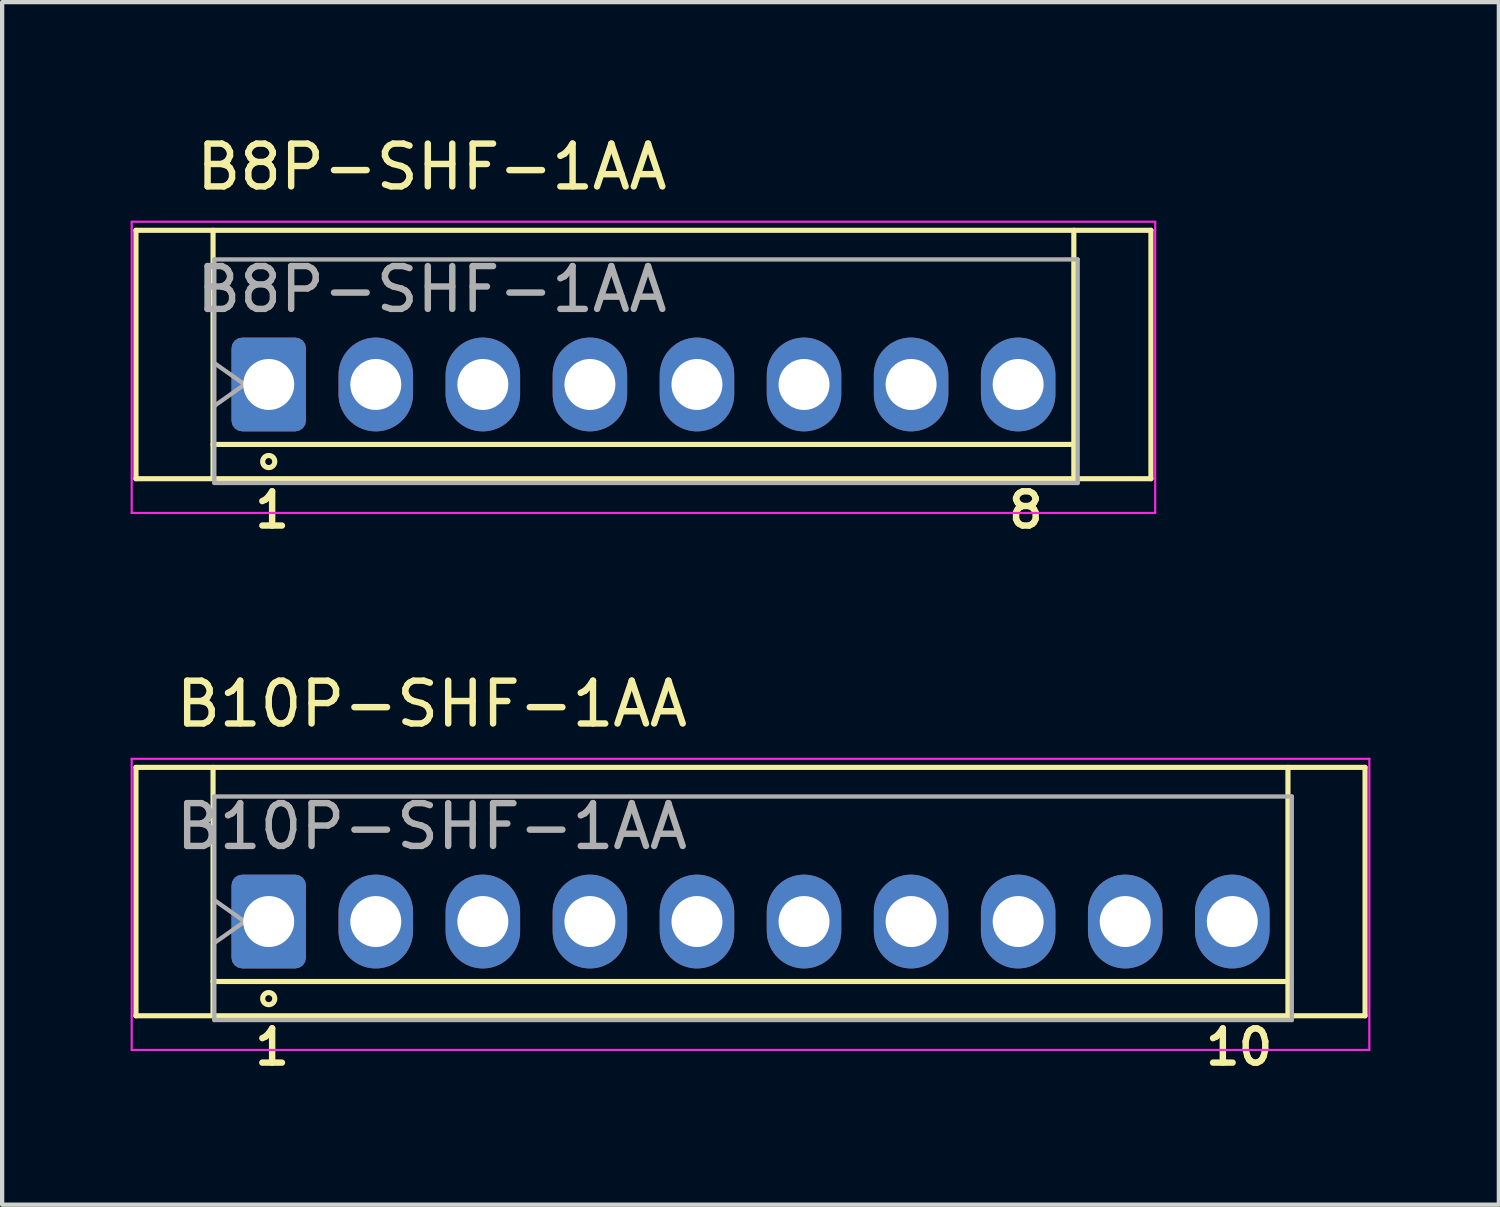
<source format=kicad_pcb>
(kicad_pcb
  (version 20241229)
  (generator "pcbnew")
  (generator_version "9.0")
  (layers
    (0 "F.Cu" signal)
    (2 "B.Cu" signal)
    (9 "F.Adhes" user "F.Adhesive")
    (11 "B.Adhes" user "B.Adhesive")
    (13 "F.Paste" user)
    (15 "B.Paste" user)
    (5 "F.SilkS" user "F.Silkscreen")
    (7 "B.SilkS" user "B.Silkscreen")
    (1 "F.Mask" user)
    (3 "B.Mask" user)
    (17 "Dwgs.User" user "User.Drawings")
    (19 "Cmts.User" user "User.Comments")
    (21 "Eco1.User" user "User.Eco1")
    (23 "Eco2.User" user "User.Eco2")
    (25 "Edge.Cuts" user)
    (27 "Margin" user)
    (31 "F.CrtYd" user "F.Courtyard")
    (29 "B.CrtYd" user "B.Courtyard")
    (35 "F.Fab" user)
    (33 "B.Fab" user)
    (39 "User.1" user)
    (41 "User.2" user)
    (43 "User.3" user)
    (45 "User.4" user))
  (footprint "B10P-SHF-1AA"
    (layer "F.Cu")
    (at 3.225 18.469)
    (property "Reference" "B10P-SHF-1AA" (at 3.81 -5.08 0) (layer "F.SilkS") (effects (font (size 1 1) (thickness 0.15))))
    (attr through_hole)
    (fp_line (start -3.1 -3.6) (end -3.1 2.2) (stroke (width 0.12) (type solid)) (layer "F.SilkS"))
    (fp_line (start -3.1 2.2) (end 25.6 2.2) (stroke (width 0.12) (type solid)) (layer "F.SilkS"))
    (fp_line (start -1.3 -3.6) (end -1.3 2.2) (stroke (width 0.12) (type solid)) (layer "F.SilkS"))
    (fp_line (start -1.3 1.4) (end 23.8 1.4) (stroke (width 0.12) (type solid)) (layer "F.SilkS"))
    (fp_line (start 23.8 2.2) (end 23.8 -3.6) (stroke (width 0.12) (type solid)) (layer "F.SilkS"))
    (fp_line (start 25.6 -3.6) (end -3.1 -3.6) (stroke (width 0.12) (type solid)) (layer "F.SilkS"))
    (fp_line (start 25.6 2.2) (end 25.6 -3.6) (stroke (width 0.12) (type solid)) (layer "F.SilkS"))
    (fp_circle (center 0 1.8) (end 0.1 1.9) (stroke (width 0.12) (type default)) (fill no) (layer "F.SilkS"))
    (fp_line (start -3.2 -3.8) (end -3.2 3) (stroke (width 0.05) (type solid)) (layer "F.CrtYd"))
    (fp_line (start -3.2 3) (end 25.7 3) (stroke (width 0.05) (type solid)) (layer "F.CrtYd"))
    (fp_line (start 25.7 -3.8) (end -3.2 -3.8) (stroke (width 0.05) (type solid)) (layer "F.CrtYd"))
    (fp_line (start 25.7 3) (end 25.7 -3.8) (stroke (width 0.05) (type solid)) (layer "F.CrtYd"))
    (fp_line (start -1.27 -2.92) (end -1.27 2.3) (stroke (width 0.1) (type solid)) (layer "F.Fab"))
    (fp_line (start -1.27 -0.5) (end -0.563 0) (stroke (width 0.1) (type solid)) (layer "F.Fab"))
    (fp_line (start -1.27 2.3) (end 23.89 2.3) (stroke (width 0.1) (type solid)) (layer "F.Fab"))
    (fp_line (start -0.563 0) (end -1.27 0.5) (stroke (width 0.1) (type solid)) (layer "F.Fab"))
    (fp_line (start 23.89 -2.92) (end -1.27 -2.92) (stroke (width 0.1) (type solid)) (layer "F.Fab"))
    (fp_line (start 23.89 2.3) (end 23.89 -2.92) (stroke (width 0.1) (type solid)) (layer "F.Fab"))
    (fp_text user "1" (at -0.4 3.4 0) (unlocked yes) (layer "F.SilkS") (effects (font (size 0.8 0.8) (thickness 0.15)) (justify left bottom)))
    (fp_text user "10" (at 21.8 3.4 0) (unlocked yes) (layer "F.SilkS") (effects (font (size 0.8 0.8) (thickness 0.15)) (justify left bottom)))
    (fp_text user "${REFERENCE}" (at 3.81 -2.22 0) (layer "F.Fab") (effects (font (size 1 1) (thickness 0.15))))
    (pad "1" thru_hole roundrect (at 0 0) (size 1.74 2.19) (drill 1.19) (layers "*.Cu" "*.Mask") (roundrect_rratio 0.144))
    (pad "2" thru_hole oval (at 2.5 0) (size 1.74 2.19) (drill 1.19) (layers "*.Cu" "*.Mask"))
    (pad "3" thru_hole oval (at 5 0) (size 1.74 2.19) (drill 1.19) (layers "*.Cu" "*.Mask"))
    (pad "4" thru_hole oval (at 7.5 0) (size 1.74 2.19) (drill 1.19) (layers "*.Cu" "*.Mask"))
    (pad "5" thru_hole oval (at 10 0) (size 1.74 2.19) (drill 1.19) (layers "*.Cu" "*.Mask"))
    (pad "6" thru_hole oval (at 12.5 0) (size 1.74 2.19) (drill 1.19) (layers "*.Cu" "*.Mask"))
    (pad "7" thru_hole oval (at 15 0) (size 1.74 2.19) (drill 1.19) (layers "*.Cu" "*.Mask"))
    (pad "8" thru_hole oval (at 17.5 0) (size 1.74 2.19) (drill 1.19) (layers "*.Cu" "*.Mask"))
    (pad "9" thru_hole oval (at 20 0) (size 1.74 2.19) (drill 1.19) (layers "*.Cu" "*.Mask"))
    (pad "10" thru_hole oval (at 22.5 0) (size 1.74 2.19) (drill 1.19) (layers "*.Cu" "*.Mask")))
  (footprint "B8P-SHF-1AA"
    (layer "F.Cu")
    (at 3.225 5.928)
    (property "Reference" "B8P-SHF-1AA" (at 3.81 -5.08 0) (layer "F.SilkS") (effects (font (size 1 1) (thickness 0.15))))
    (attr through_hole)
    (fp_line (start -3.1 -3.6) (end -3.1 2.2) (stroke (width 0.12) (type solid)) (layer "F.SilkS"))
    (fp_line (start -3.1 2.2) (end 20.6 2.2) (stroke (width 0.12) (type solid)) (layer "F.SilkS"))
    (fp_line (start -1.3 -3.6) (end -1.3 2.2) (stroke (width 0.12) (type solid)) (layer "F.SilkS"))
    (fp_line (start -1.3 1.4) (end 18.8 1.4) (stroke (width 0.12) (type solid)) (layer "F.SilkS"))
    (fp_line (start 18.8 2.2) (end 18.8 -3.6) (stroke (width 0.12) (type solid)) (layer "F.SilkS"))
    (fp_line (start 20.6 -3.6) (end -3.1 -3.6) (stroke (width 0.12) (type solid)) (layer "F.SilkS"))
    (fp_line (start 20.6 2.2) (end 20.6 -3.6) (stroke (width 0.12) (type solid)) (layer "F.SilkS"))
    (fp_circle (center 0 1.8) (end 0.1 1.9) (stroke (width 0.12) (type default)) (fill no) (layer "F.SilkS"))
    (fp_line (start -3.2 -3.8) (end -3.2 3) (stroke (width 0.05) (type solid)) (layer "F.CrtYd"))
    (fp_line (start -3.2 3) (end 20.7 3) (stroke (width 0.05) (type solid)) (layer "F.CrtYd"))
    (fp_line (start 20.7 -3.8) (end -3.2 -3.8) (stroke (width 0.05) (type solid)) (layer "F.CrtYd"))
    (fp_line (start 20.7 3) (end 20.7 -3.8) (stroke (width 0.05) (type solid)) (layer "F.CrtYd"))
    (fp_line (start -1.27 -2.92) (end -1.27 2.3) (stroke (width 0.1) (type solid)) (layer "F.Fab"))
    (fp_line (start -1.27 -0.5) (end -0.563 0) (stroke (width 0.1) (type solid)) (layer "F.Fab"))
    (fp_line (start -1.27 2.3) (end 18.89 2.3) (stroke (width 0.1) (type solid)) (layer "F.Fab"))
    (fp_line (start -0.563 0) (end -1.27 0.5) (stroke (width 0.1) (type solid)) (layer "F.Fab"))
    (fp_line (start 18.89 -2.92) (end -1.27 -2.92) (stroke (width 0.1) (type solid)) (layer "F.Fab"))
    (fp_line (start 18.89 2.3) (end 18.89 -2.92) (stroke (width 0.1) (type solid)) (layer "F.Fab"))
    (fp_text user "8" (at 17.2 3.4 0) (unlocked yes) (layer "F.SilkS") (effects (font (size 0.8 0.8) (thickness 0.15)) (justify left bottom)))
    (fp_text user "1" (at -0.4 3.4 0) (unlocked yes) (layer "F.SilkS") (effects (font (size 0.8 0.8) (thickness 0.15)) (justify left bottom)))
    (fp_text user "${REFERENCE}" (at 3.81 -2.22 0) (layer "F.Fab") (effects (font (size 1 1) (thickness 0.15))))
    (pad "1" thru_hole roundrect (at 0 0) (size 1.74 2.19) (drill 1.19) (layers "*.Cu" "*.Mask") (roundrect_rratio 0.144))
    (pad "2" thru_hole oval (at 2.5 0) (size 1.74 2.19) (drill 1.19) (layers "*.Cu" "*.Mask"))
    (pad "3" thru_hole oval (at 5 0) (size 1.74 2.19) (drill 1.19) (layers "*.Cu" "*.Mask"))
    (pad "4" thru_hole oval (at 7.5 0) (size 1.74 2.19) (drill 1.19) (layers "*.Cu" "*.Mask"))
    (pad "5" thru_hole oval (at 10 0) (size 1.74 2.19) (drill 1.19) (layers "*.Cu" "*.Mask"))
    (pad "6" thru_hole oval (at 12.5 0) (size 1.74 2.19) (drill 1.19) (layers "*.Cu" "*.Mask"))
    (pad "7" thru_hole oval (at 15 0) (size 1.74 2.19) (drill 1.19) (layers "*.Cu" "*.Mask"))
    (pad "8" thru_hole oval (at 17.5 0) (size 1.74 2.19) (drill 1.19) (layers "*.Cu" "*.Mask")))
  (gr_rect
    (start -3 -3)
    (end 31.95 25.081)
    (stroke (width 0.1) (type default))
    (fill no)
    (layer "Edge.Cuts")))
</source>
